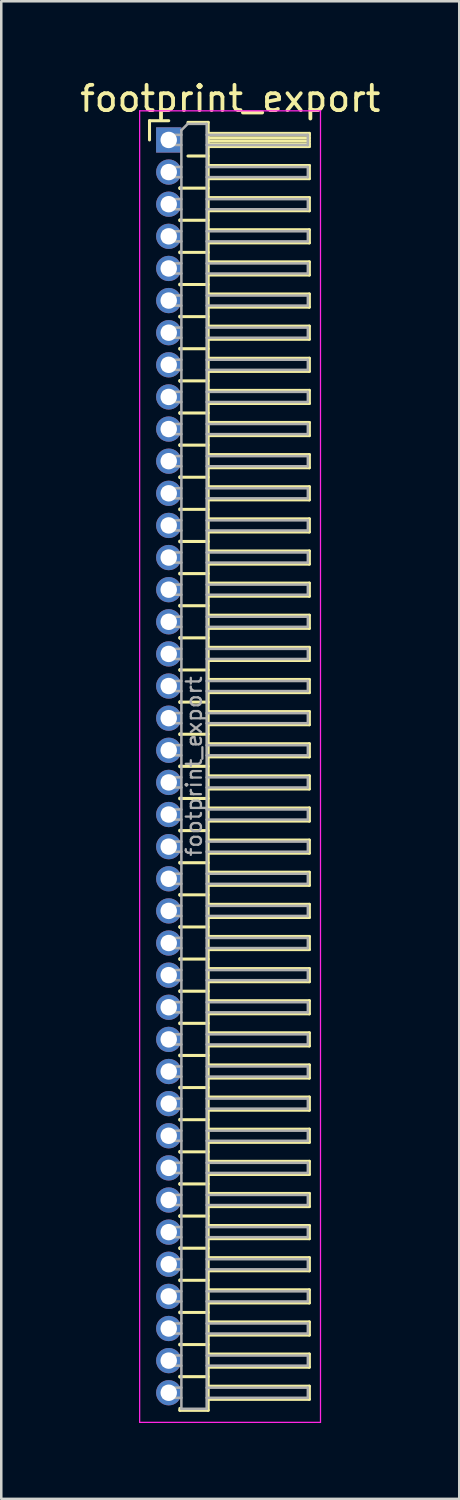
<source format=kicad_pcb>
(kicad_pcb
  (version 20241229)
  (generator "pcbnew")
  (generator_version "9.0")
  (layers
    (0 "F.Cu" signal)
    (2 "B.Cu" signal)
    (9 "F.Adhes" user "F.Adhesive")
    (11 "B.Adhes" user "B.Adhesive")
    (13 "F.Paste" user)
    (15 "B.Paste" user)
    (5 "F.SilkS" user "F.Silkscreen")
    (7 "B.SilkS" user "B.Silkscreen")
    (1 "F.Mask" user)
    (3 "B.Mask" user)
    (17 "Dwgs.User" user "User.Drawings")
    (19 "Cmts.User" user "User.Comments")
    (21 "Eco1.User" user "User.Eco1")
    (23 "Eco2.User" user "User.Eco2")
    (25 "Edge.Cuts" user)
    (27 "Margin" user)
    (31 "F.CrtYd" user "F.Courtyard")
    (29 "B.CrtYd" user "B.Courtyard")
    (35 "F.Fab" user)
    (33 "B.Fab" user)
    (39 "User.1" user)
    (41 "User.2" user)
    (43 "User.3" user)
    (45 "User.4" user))
  (footprint "footprint_export"
    (layer "F.Cu")
    (at 3.621 2.483)
    (property "Reference" "footprint_export" (at 2.433 -1.635 0) (layer "F.SilkS") (effects (font (size 1 1) (thickness 0.15))))
    (attr through_hole)
    (fp_line (start -0.76 -0.76) (end 0 -0.76) (stroke (width 0.12) (type solid)) (layer "F.SilkS"))
    (fp_line (start -0.76 0) (end -0.76 -0.76) (stroke (width 0.12) (type solid)) (layer "F.SilkS"))
    (fp_line (start 0.44 1.89) (end 0.44 1.92) (stroke (width 0.12) (type solid)) (layer "F.SilkS"))
    (fp_line (start 0.44 1.905) (end 1.56 1.905) (stroke (width 0.12) (type solid)) (layer "F.SilkS"))
    (fp_line (start 0.44 3.16) (end 0.44 3.19) (stroke (width 0.12) (type solid)) (layer "F.SilkS"))
    (fp_line (start 0.44 3.175) (end 1.56 3.175) (stroke (width 0.12) (type solid)) (layer "F.SilkS"))
    (fp_line (start 0.44 4.43) (end 0.44 4.46) (stroke (width 0.12) (type solid)) (layer "F.SilkS"))
    (fp_line (start 0.44 4.445) (end 1.56 4.445) (stroke (width 0.12) (type solid)) (layer "F.SilkS"))
    (fp_line (start 0.44 5.7) (end 0.44 5.73) (stroke (width 0.12) (type solid)) (layer "F.SilkS"))
    (fp_line (start 0.44 5.715) (end 1.56 5.715) (stroke (width 0.12) (type solid)) (layer "F.SilkS"))
    (fp_line (start 0.44 6.97) (end 0.44 7) (stroke (width 0.12) (type solid)) (layer "F.SilkS"))
    (fp_line (start 0.44 6.985) (end 1.56 6.985) (stroke (width 0.12) (type solid)) (layer "F.SilkS"))
    (fp_line (start 0.44 8.24) (end 0.44 8.27) (stroke (width 0.12) (type solid)) (layer "F.SilkS"))
    (fp_line (start 0.44 8.255) (end 1.56 8.255) (stroke (width 0.12) (type solid)) (layer "F.SilkS"))
    (fp_line (start 0.44 9.51) (end 0.44 9.54) (stroke (width 0.12) (type solid)) (layer "F.SilkS"))
    (fp_line (start 0.44 9.525) (end 1.56 9.525) (stroke (width 0.12) (type solid)) (layer "F.SilkS"))
    (fp_line (start 0.44 10.78) (end 0.44 10.81) (stroke (width 0.12) (type solid)) (layer "F.SilkS"))
    (fp_line (start 0.44 10.795) (end 1.56 10.795) (stroke (width 0.12) (type solid)) (layer "F.SilkS"))
    (fp_line (start 0.44 12.05) (end 0.44 12.08) (stroke (width 0.12) (type solid)) (layer "F.SilkS"))
    (fp_line (start 0.44 12.065) (end 1.56 12.065) (stroke (width 0.12) (type solid)) (layer "F.SilkS"))
    (fp_line (start 0.44 13.32) (end 0.44 13.35) (stroke (width 0.12) (type solid)) (layer "F.SilkS"))
    (fp_line (start 0.44 13.335) (end 1.56 13.335) (stroke (width 0.12) (type solid)) (layer "F.SilkS"))
    (fp_line (start 0.44 14.59) (end 0.44 14.62) (stroke (width 0.12) (type solid)) (layer "F.SilkS"))
    (fp_line (start 0.44 14.605) (end 1.56 14.605) (stroke (width 0.12) (type solid)) (layer "F.SilkS"))
    (fp_line (start 0.44 15.86) (end 0.44 15.89) (stroke (width 0.12) (type solid)) (layer "F.SilkS"))
    (fp_line (start 0.44 15.875) (end 1.56 15.875) (stroke (width 0.12) (type solid)) (layer "F.SilkS"))
    (fp_line (start 0.44 17.13) (end 0.44 17.16) (stroke (width 0.12) (type solid)) (layer "F.SilkS"))
    (fp_line (start 0.44 17.145) (end 1.56 17.145) (stroke (width 0.12) (type solid)) (layer "F.SilkS"))
    (fp_line (start 0.44 18.4) (end 0.44 18.43) (stroke (width 0.12) (type solid)) (layer "F.SilkS"))
    (fp_line (start 0.44 18.415) (end 1.56 18.415) (stroke (width 0.12) (type solid)) (layer "F.SilkS"))
    (fp_line (start 0.44 19.67) (end 0.44 19.7) (stroke (width 0.12) (type solid)) (layer "F.SilkS"))
    (fp_line (start 0.44 19.685) (end 1.56 19.685) (stroke (width 0.12) (type solid)) (layer "F.SilkS"))
    (fp_line (start 0.44 20.94) (end 0.44 20.97) (stroke (width 0.12) (type solid)) (layer "F.SilkS"))
    (fp_line (start 0.44 20.955) (end 1.56 20.955) (stroke (width 0.12) (type solid)) (layer "F.SilkS"))
    (fp_line (start 0.44 22.21) (end 0.44 22.24) (stroke (width 0.12) (type solid)) (layer "F.SilkS"))
    (fp_line (start 0.44 22.225) (end 1.56 22.225) (stroke (width 0.12) (type solid)) (layer "F.SilkS"))
    (fp_line (start 0.44 23.48) (end 0.44 23.51) (stroke (width 0.12) (type solid)) (layer "F.SilkS"))
    (fp_line (start 0.44 23.495) (end 1.56 23.495) (stroke (width 0.12) (type solid)) (layer "F.SilkS"))
    (fp_line (start 0.44 24.75) (end 0.44 24.78) (stroke (width 0.12) (type solid)) (layer "F.SilkS"))
    (fp_line (start 0.44 24.765) (end 1.56 24.765) (stroke (width 0.12) (type solid)) (layer "F.SilkS"))
    (fp_line (start 0.44 26.02) (end 0.44 26.05) (stroke (width 0.12) (type solid)) (layer "F.SilkS"))
    (fp_line (start 0.44 26.035) (end 1.56 26.035) (stroke (width 0.12) (type solid)) (layer "F.SilkS"))
    (fp_line (start 0.44 27.29) (end 0.44 27.32) (stroke (width 0.12) (type solid)) (layer "F.SilkS"))
    (fp_line (start 0.44 27.305) (end 1.56 27.305) (stroke (width 0.12) (type solid)) (layer "F.SilkS"))
    (fp_line (start 0.44 28.56) (end 0.44 28.59) (stroke (width 0.12) (type solid)) (layer "F.SilkS"))
    (fp_line (start 0.44 28.575) (end 1.56 28.575) (stroke (width 0.12) (type solid)) (layer "F.SilkS"))
    (fp_line (start 0.44 29.83) (end 0.44 29.86) (stroke (width 0.12) (type solid)) (layer "F.SilkS"))
    (fp_line (start 0.44 29.845) (end 1.56 29.845) (stroke (width 0.12) (type solid)) (layer "F.SilkS"))
    (fp_line (start 0.44 31.1) (end 0.44 31.13) (stroke (width 0.12) (type solid)) (layer "F.SilkS"))
    (fp_line (start 0.44 31.115) (end 1.56 31.115) (stroke (width 0.12) (type solid)) (layer "F.SilkS"))
    (fp_line (start 0.44 32.37) (end 0.44 32.4) (stroke (width 0.12) (type solid)) (layer "F.SilkS"))
    (fp_line (start 0.44 32.385) (end 1.56 32.385) (stroke (width 0.12) (type solid)) (layer "F.SilkS"))
    (fp_line (start 0.44 33.64) (end 0.44 33.67) (stroke (width 0.12) (type solid)) (layer "F.SilkS"))
    (fp_line (start 0.44 33.655) (end 1.56 33.655) (stroke (width 0.12) (type solid)) (layer "F.SilkS"))
    (fp_line (start 0.44 34.91) (end 0.44 34.94) (stroke (width 0.12) (type solid)) (layer "F.SilkS"))
    (fp_line (start 0.44 34.925) (end 1.56 34.925) (stroke (width 0.12) (type solid)) (layer "F.SilkS"))
    (fp_line (start 0.44 36.18) (end 0.44 36.21) (stroke (width 0.12) (type solid)) (layer "F.SilkS"))
    (fp_line (start 0.44 36.195) (end 1.56 36.195) (stroke (width 0.12) (type solid)) (layer "F.SilkS"))
    (fp_line (start 0.44 37.45) (end 0.44 37.48) (stroke (width 0.12) (type solid)) (layer "F.SilkS"))
    (fp_line (start 0.44 37.465) (end 1.56 37.465) (stroke (width 0.12) (type solid)) (layer "F.SilkS"))
    (fp_line (start 0.44 38.72) (end 0.44 38.75) (stroke (width 0.12) (type solid)) (layer "F.SilkS"))
    (fp_line (start 0.44 38.735) (end 1.56 38.735) (stroke (width 0.12) (type solid)) (layer "F.SilkS"))
    (fp_line (start 0.44 39.99) (end 0.44 40.02) (stroke (width 0.12) (type solid)) (layer "F.SilkS"))
    (fp_line (start 0.44 40.005) (end 1.56 40.005) (stroke (width 0.12) (type solid)) (layer "F.SilkS"))
    (fp_line (start 0.44 41.26) (end 0.44 41.29) (stroke (width 0.12) (type solid)) (layer "F.SilkS"))
    (fp_line (start 0.44 41.275) (end 1.56 41.275) (stroke (width 0.12) (type solid)) (layer "F.SilkS"))
    (fp_line (start 0.44 42.53) (end 0.44 42.56) (stroke (width 0.12) (type solid)) (layer "F.SilkS"))
    (fp_line (start 0.44 42.545) (end 1.56 42.545) (stroke (width 0.12) (type solid)) (layer "F.SilkS"))
    (fp_line (start 0.44 43.8) (end 0.44 43.83) (stroke (width 0.12) (type solid)) (layer "F.SilkS"))
    (fp_line (start 0.44 43.815) (end 1.56 43.815) (stroke (width 0.12) (type solid)) (layer "F.SilkS"))
    (fp_line (start 0.44 45.07) (end 0.44 45.1) (stroke (width 0.12) (type solid)) (layer "F.SilkS"))
    (fp_line (start 0.44 45.085) (end 1.56 45.085) (stroke (width 0.12) (type solid)) (layer "F.SilkS"))
    (fp_line (start 0.44 46.34) (end 0.44 46.37) (stroke (width 0.12) (type solid)) (layer "F.SilkS"))
    (fp_line (start 0.44 46.355) (end 1.56 46.355) (stroke (width 0.12) (type solid)) (layer "F.SilkS"))
    (fp_line (start 0.44 47.61) (end 0.44 47.64) (stroke (width 0.12) (type solid)) (layer "F.SilkS"))
    (fp_line (start 0.44 47.625) (end 1.56 47.625) (stroke (width 0.12) (type solid)) (layer "F.SilkS"))
    (fp_line (start 0.44 48.88) (end 0.44 48.91) (stroke (width 0.12) (type solid)) (layer "F.SilkS"))
    (fp_line (start 0.44 48.895) (end 1.56 48.895) (stroke (width 0.12) (type solid)) (layer "F.SilkS"))
    (fp_line (start 0.44 50.225) (end 0.44 50.15) (stroke (width 0.12) (type solid)) (layer "F.SilkS"))
    (fp_line (start 0.76 -0.695) (end 1.56 -0.695) (stroke (width 0.12) (type solid)) (layer "F.SilkS"))
    (fp_line (start 0.76 0.635) (end 1.56 0.635) (stroke (width 0.12) (type solid)) (layer "F.SilkS"))
    (fp_line (start 1.56 -0.695) (end 1.56 50.225) (stroke (width 0.12) (type solid)) (layer "F.SilkS"))
    (fp_line (start 1.56 -0.26) (end 5.56 -0.26) (stroke (width 0.12) (type solid)) (layer "F.SilkS"))
    (fp_line (start 1.56 -0.2) (end 5.56 -0.2) (stroke (width 0.12) (type solid)) (layer "F.SilkS"))
    (fp_line (start 1.56 -0.08) (end 5.56 -0.08) (stroke (width 0.12) (type solid)) (layer "F.SilkS"))
    (fp_line (start 1.56 0.04) (end 5.56 0.04) (stroke (width 0.12) (type solid)) (layer "F.SilkS"))
    (fp_line (start 1.56 0.16) (end 5.56 0.16) (stroke (width 0.12) (type solid)) (layer "F.SilkS"))
    (fp_line (start 1.56 1.01) (end 5.56 1.01) (stroke (width 0.12) (type solid)) (layer "F.SilkS"))
    (fp_line (start 1.56 2.28) (end 5.56 2.28) (stroke (width 0.12) (type solid)) (layer "F.SilkS"))
    (fp_line (start 1.56 3.55) (end 5.56 3.55) (stroke (width 0.12) (type solid)) (layer "F.SilkS"))
    (fp_line (start 1.56 4.82) (end 5.56 4.82) (stroke (width 0.12) (type solid)) (layer "F.SilkS"))
    (fp_line (start 1.56 6.09) (end 5.56 6.09) (stroke (width 0.12) (type solid)) (layer "F.SilkS"))
    (fp_line (start 1.56 7.36) (end 5.56 7.36) (stroke (width 0.12) (type solid)) (layer "F.SilkS"))
    (fp_line (start 1.56 8.63) (end 5.56 8.63) (stroke (width 0.12) (type solid)) (layer "F.SilkS"))
    (fp_line (start 1.56 9.9) (end 5.56 9.9) (stroke (width 0.12) (type solid)) (layer "F.SilkS"))
    (fp_line (start 1.56 11.17) (end 5.56 11.17) (stroke (width 0.12) (type solid)) (layer "F.SilkS"))
    (fp_line (start 1.56 12.44) (end 5.56 12.44) (stroke (width 0.12) (type solid)) (layer "F.SilkS"))
    (fp_line (start 1.56 13.71) (end 5.56 13.71) (stroke (width 0.12) (type solid)) (layer "F.SilkS"))
    (fp_line (start 1.56 14.98) (end 5.56 14.98) (stroke (width 0.12) (type solid)) (layer "F.SilkS"))
    (fp_line (start 1.56 16.25) (end 5.56 16.25) (stroke (width 0.12) (type solid)) (layer "F.SilkS"))
    (fp_line (start 1.56 17.52) (end 5.56 17.52) (stroke (width 0.12) (type solid)) (layer "F.SilkS"))
    (fp_line (start 1.56 18.79) (end 5.56 18.79) (stroke (width 0.12) (type solid)) (layer "F.SilkS"))
    (fp_line (start 1.56 20.06) (end 5.56 20.06) (stroke (width 0.12) (type solid)) (layer "F.SilkS"))
    (fp_line (start 1.56 21.33) (end 5.56 21.33) (stroke (width 0.12) (type solid)) (layer "F.SilkS"))
    (fp_line (start 1.56 22.6) (end 5.56 22.6) (stroke (width 0.12) (type solid)) (layer "F.SilkS"))
    (fp_line (start 1.56 23.87) (end 5.56 23.87) (stroke (width 0.12) (type solid)) (layer "F.SilkS"))
    (fp_line (start 1.56 25.14) (end 5.56 25.14) (stroke (width 0.12) (type solid)) (layer "F.SilkS"))
    (fp_line (start 1.56 26.41) (end 5.56 26.41) (stroke (width 0.12) (type solid)) (layer "F.SilkS"))
    (fp_line (start 1.56 27.68) (end 5.56 27.68) (stroke (width 0.12) (type solid)) (layer "F.SilkS"))
    (fp_line (start 1.56 28.95) (end 5.56 28.95) (stroke (width 0.12) (type solid)) (layer "F.SilkS"))
    (fp_line (start 1.56 30.22) (end 5.56 30.22) (stroke (width 0.12) (type solid)) (layer "F.SilkS"))
    (fp_line (start 1.56 31.49) (end 5.56 31.49) (stroke (width 0.12) (type solid)) (layer "F.SilkS"))
    (fp_line (start 1.56 32.76) (end 5.56 32.76) (stroke (width 0.12) (type solid)) (layer "F.SilkS"))
    (fp_line (start 1.56 34.03) (end 5.56 34.03) (stroke (width 0.12) (type solid)) (layer "F.SilkS"))
    (fp_line (start 1.56 35.3) (end 5.56 35.3) (stroke (width 0.12) (type solid)) (layer "F.SilkS"))
    (fp_line (start 1.56 36.57) (end 5.56 36.57) (stroke (width 0.12) (type solid)) (layer "F.SilkS"))
    (fp_line (start 1.56 37.84) (end 5.56 37.84) (stroke (width 0.12) (type solid)) (layer "F.SilkS"))
    (fp_line (start 1.56 39.11) (end 5.56 39.11) (stroke (width 0.12) (type solid)) (layer "F.SilkS"))
    (fp_line (start 1.56 40.38) (end 5.56 40.38) (stroke (width 0.12) (type solid)) (layer "F.SilkS"))
    (fp_line (start 1.56 41.65) (end 5.56 41.65) (stroke (width 0.12) (type solid)) (layer "F.SilkS"))
    (fp_line (start 1.56 42.92) (end 5.56 42.92) (stroke (width 0.12) (type solid)) (layer "F.SilkS"))
    (fp_line (start 1.56 44.19) (end 5.56 44.19) (stroke (width 0.12) (type solid)) (layer "F.SilkS"))
    (fp_line (start 1.56 45.46) (end 5.56 45.46) (stroke (width 0.12) (type solid)) (layer "F.SilkS"))
    (fp_line (start 1.56 46.73) (end 5.56 46.73) (stroke (width 0.12) (type solid)) (layer "F.SilkS"))
    (fp_line (start 1.56 48) (end 5.56 48) (stroke (width 0.12) (type solid)) (layer "F.SilkS"))
    (fp_line (start 1.56 49.27) (end 5.56 49.27) (stroke (width 0.12) (type solid)) (layer "F.SilkS"))
    (fp_line (start 1.56 50.225) (end 0.44 50.225) (stroke (width 0.12) (type solid)) (layer "F.SilkS"))
    (fp_line (start 5.56 -0.26) (end 5.56 0.26) (stroke (width 0.12) (type solid)) (layer "F.SilkS"))
    (fp_line (start 5.56 0.26) (end 1.56 0.26) (stroke (width 0.12) (type solid)) (layer "F.SilkS"))
    (fp_line (start 5.56 1.01) (end 5.56 1.53) (stroke (width 0.12) (type solid)) (layer "F.SilkS"))
    (fp_line (start 5.56 1.53) (end 1.56 1.53) (stroke (width 0.12) (type solid)) (layer "F.SilkS"))
    (fp_line (start 5.56 2.28) (end 5.56 2.8) (stroke (width 0.12) (type solid)) (layer "F.SilkS"))
    (fp_line (start 5.56 2.8) (end 1.56 2.8) (stroke (width 0.12) (type solid)) (layer "F.SilkS"))
    (fp_line (start 5.56 3.55) (end 5.56 4.07) (stroke (width 0.12) (type solid)) (layer "F.SilkS"))
    (fp_line (start 5.56 4.07) (end 1.56 4.07) (stroke (width 0.12) (type solid)) (layer "F.SilkS"))
    (fp_line (start 5.56 4.82) (end 5.56 5.34) (stroke (width 0.12) (type solid)) (layer "F.SilkS"))
    (fp_line (start 5.56 5.34) (end 1.56 5.34) (stroke (width 0.12) (type solid)) (layer "F.SilkS"))
    (fp_line (start 5.56 6.09) (end 5.56 6.61) (stroke (width 0.12) (type solid)) (layer "F.SilkS"))
    (fp_line (start 5.56 6.61) (end 1.56 6.61) (stroke (width 0.12) (type solid)) (layer "F.SilkS"))
    (fp_line (start 5.56 7.36) (end 5.56 7.88) (stroke (width 0.12) (type solid)) (layer "F.SilkS"))
    (fp_line (start 5.56 7.88) (end 1.56 7.88) (stroke (width 0.12) (type solid)) (layer "F.SilkS"))
    (fp_line (start 5.56 8.63) (end 5.56 9.15) (stroke (width 0.12) (type solid)) (layer "F.SilkS"))
    (fp_line (start 5.56 9.15) (end 1.56 9.15) (stroke (width 0.12) (type solid)) (layer "F.SilkS"))
    (fp_line (start 5.56 9.9) (end 5.56 10.42) (stroke (width 0.12) (type solid)) (layer "F.SilkS"))
    (fp_line (start 5.56 10.42) (end 1.56 10.42) (stroke (width 0.12) (type solid)) (layer "F.SilkS"))
    (fp_line (start 5.56 11.17) (end 5.56 11.69) (stroke (width 0.12) (type solid)) (layer "F.SilkS"))
    (fp_line (start 5.56 11.69) (end 1.56 11.69) (stroke (width 0.12) (type solid)) (layer "F.SilkS"))
    (fp_line (start 5.56 12.44) (end 5.56 12.96) (stroke (width 0.12) (type solid)) (layer "F.SilkS"))
    (fp_line (start 5.56 12.96) (end 1.56 12.96) (stroke (width 0.12) (type solid)) (layer "F.SilkS"))
    (fp_line (start 5.56 13.71) (end 5.56 14.23) (stroke (width 0.12) (type solid)) (layer "F.SilkS"))
    (fp_line (start 5.56 14.23) (end 1.56 14.23) (stroke (width 0.12) (type solid)) (layer "F.SilkS"))
    (fp_line (start 5.56 14.98) (end 5.56 15.5) (stroke (width 0.12) (type solid)) (layer "F.SilkS"))
    (fp_line (start 5.56 15.5) (end 1.56 15.5) (stroke (width 0.12) (type solid)) (layer "F.SilkS"))
    (fp_line (start 5.56 16.25) (end 5.56 16.77) (stroke (width 0.12) (type solid)) (layer "F.SilkS"))
    (fp_line (start 5.56 16.77) (end 1.56 16.77) (stroke (width 0.12) (type solid)) (layer "F.SilkS"))
    (fp_line (start 5.56 17.52) (end 5.56 18.04) (stroke (width 0.12) (type solid)) (layer "F.SilkS"))
    (fp_line (start 5.56 18.04) (end 1.56 18.04) (stroke (width 0.12) (type solid)) (layer "F.SilkS"))
    (fp_line (start 5.56 18.79) (end 5.56 19.31) (stroke (width 0.12) (type solid)) (layer "F.SilkS"))
    (fp_line (start 5.56 19.31) (end 1.56 19.31) (stroke (width 0.12) (type solid)) (layer "F.SilkS"))
    (fp_line (start 5.56 20.06) (end 5.56 20.58) (stroke (width 0.12) (type solid)) (layer "F.SilkS"))
    (fp_line (start 5.56 20.58) (end 1.56 20.58) (stroke (width 0.12) (type solid)) (layer "F.SilkS"))
    (fp_line (start 5.56 21.33) (end 5.56 21.85) (stroke (width 0.12) (type solid)) (layer "F.SilkS"))
    (fp_line (start 5.56 21.85) (end 1.56 21.85) (stroke (width 0.12) (type solid)) (layer "F.SilkS"))
    (fp_line (start 5.56 22.6) (end 5.56 23.12) (stroke (width 0.12) (type solid)) (layer "F.SilkS"))
    (fp_line (start 5.56 23.12) (end 1.56 23.12) (stroke (width 0.12) (type solid)) (layer "F.SilkS"))
    (fp_line (start 5.56 23.87) (end 5.56 24.39) (stroke (width 0.12) (type solid)) (layer "F.SilkS"))
    (fp_line (start 5.56 24.39) (end 1.56 24.39) (stroke (width 0.12) (type solid)) (layer "F.SilkS"))
    (fp_line (start 5.56 25.14) (end 5.56 25.66) (stroke (width 0.12) (type solid)) (layer "F.SilkS"))
    (fp_line (start 5.56 25.66) (end 1.56 25.66) (stroke (width 0.12) (type solid)) (layer "F.SilkS"))
    (fp_line (start 5.56 26.41) (end 5.56 26.93) (stroke (width 0.12) (type solid)) (layer "F.SilkS"))
    (fp_line (start 5.56 26.93) (end 1.56 26.93) (stroke (width 0.12) (type solid)) (layer "F.SilkS"))
    (fp_line (start 5.56 27.68) (end 5.56 28.2) (stroke (width 0.12) (type solid)) (layer "F.SilkS"))
    (fp_line (start 5.56 28.2) (end 1.56 28.2) (stroke (width 0.12) (type solid)) (layer "F.SilkS"))
    (fp_line (start 5.56 28.95) (end 5.56 29.47) (stroke (width 0.12) (type solid)) (layer "F.SilkS"))
    (fp_line (start 5.56 29.47) (end 1.56 29.47) (stroke (width 0.12) (type solid)) (layer "F.SilkS"))
    (fp_line (start 5.56 30.22) (end 5.56 30.74) (stroke (width 0.12) (type solid)) (layer "F.SilkS"))
    (fp_line (start 5.56 30.74) (end 1.56 30.74) (stroke (width 0.12) (type solid)) (layer "F.SilkS"))
    (fp_line (start 5.56 31.49) (end 5.56 32.01) (stroke (width 0.12) (type solid)) (layer "F.SilkS"))
    (fp_line (start 5.56 32.01) (end 1.56 32.01) (stroke (width 0.12) (type solid)) (layer "F.SilkS"))
    (fp_line (start 5.56 32.76) (end 5.56 33.28) (stroke (width 0.12) (type solid)) (layer "F.SilkS"))
    (fp_line (start 5.56 33.28) (end 1.56 33.28) (stroke (width 0.12) (type solid)) (layer "F.SilkS"))
    (fp_line (start 5.56 34.03) (end 5.56 34.55) (stroke (width 0.12) (type solid)) (layer "F.SilkS"))
    (fp_line (start 5.56 34.55) (end 1.56 34.55) (stroke (width 0.12) (type solid)) (layer "F.SilkS"))
    (fp_line (start 5.56 35.3) (end 5.56 35.82) (stroke (width 0.12) (type solid)) (layer "F.SilkS"))
    (fp_line (start 5.56 35.82) (end 1.56 35.82) (stroke (width 0.12) (type solid)) (layer "F.SilkS"))
    (fp_line (start 5.56 36.57) (end 5.56 37.09) (stroke (width 0.12) (type solid)) (layer "F.SilkS"))
    (fp_line (start 5.56 37.09) (end 1.56 37.09) (stroke (width 0.12) (type solid)) (layer "F.SilkS"))
    (fp_line (start 5.56 37.84) (end 5.56 38.36) (stroke (width 0.12) (type solid)) (layer "F.SilkS"))
    (fp_line (start 5.56 38.36) (end 1.56 38.36) (stroke (width 0.12) (type solid)) (layer "F.SilkS"))
    (fp_line (start 5.56 39.11) (end 5.56 39.63) (stroke (width 0.12) (type solid)) (layer "F.SilkS"))
    (fp_line (start 5.56 39.63) (end 1.56 39.63) (stroke (width 0.12) (type solid)) (layer "F.SilkS"))
    (fp_line (start 5.56 40.38) (end 5.56 40.9) (stroke (width 0.12) (type solid)) (layer "F.SilkS"))
    (fp_line (start 5.56 40.9) (end 1.56 40.9) (stroke (width 0.12) (type solid)) (layer "F.SilkS"))
    (fp_line (start 5.56 41.65) (end 5.56 42.17) (stroke (width 0.12) (type solid)) (layer "F.SilkS"))
    (fp_line (start 5.56 42.17) (end 1.56 42.17) (stroke (width 0.12) (type solid)) (layer "F.SilkS"))
    (fp_line (start 5.56 42.92) (end 5.56 43.44) (stroke (width 0.12) (type solid)) (layer "F.SilkS"))
    (fp_line (start 5.56 43.44) (end 1.56 43.44) (stroke (width 0.12) (type solid)) (layer "F.SilkS"))
    (fp_line (start 5.56 44.19) (end 5.56 44.71) (stroke (width 0.12) (type solid)) (layer "F.SilkS"))
    (fp_line (start 5.56 44.71) (end 1.56 44.71) (stroke (width 0.12) (type solid)) (layer "F.SilkS"))
    (fp_line (start 5.56 45.46) (end 5.56 45.98) (stroke (width 0.12) (type solid)) (layer "F.SilkS"))
    (fp_line (start 5.56 45.98) (end 1.56 45.98) (stroke (width 0.12) (type solid)) (layer "F.SilkS"))
    (fp_line (start 5.56 46.73) (end 5.56 47.25) (stroke (width 0.12) (type solid)) (layer "F.SilkS"))
    (fp_line (start 5.56 47.25) (end 1.56 47.25) (stroke (width 0.12) (type solid)) (layer "F.SilkS"))
    (fp_line (start 5.56 48) (end 5.56 48.52) (stroke (width 0.12) (type solid)) (layer "F.SilkS"))
    (fp_line (start 5.56 48.52) (end 1.56 48.52) (stroke (width 0.12) (type solid)) (layer "F.SilkS"))
    (fp_line (start 5.56 49.27) (end 5.56 49.79) (stroke (width 0.12) (type solid)) (layer "F.SilkS"))
    (fp_line (start 5.56 49.79) (end 1.56 49.79) (stroke (width 0.12) (type solid)) (layer "F.SilkS"))
    (fp_line (start -1.15 -1.15) (end -1.15 50.7) (stroke (width 0.05) (type solid)) (layer "F.CrtYd"))
    (fp_line (start -1.15 50.7) (end 6 50.7) (stroke (width 0.05) (type solid)) (layer "F.CrtYd"))
    (fp_line (start 6 -1.15) (end -1.15 -1.15) (stroke (width 0.05) (type solid)) (layer "F.CrtYd"))
    (fp_line (start 6 50.7) (end 6 -1.15) (stroke (width 0.05) (type solid)) (layer "F.CrtYd"))
    (fp_line (start -0.2 -0.2) (end -0.2 0.2) (stroke (width 0.1) (type solid)) (layer "F.Fab"))
    (fp_line (start -0.2 -0.2) (end 0.5 -0.2) (stroke (width 0.1) (type solid)) (layer "F.Fab"))
    (fp_line (start -0.2 0.2) (end 0.5 0.2) (stroke (width 0.1) (type solid)) (layer "F.Fab"))
    (fp_line (start -0.2 1.07) (end -0.2 1.47) (stroke (width 0.1) (type solid)) (layer "F.Fab"))
    (fp_line (start -0.2 1.07) (end 0.5 1.07) (stroke (width 0.1) (type solid)) (layer "F.Fab"))
    (fp_line (start -0.2 1.47) (end 0.5 1.47) (stroke (width 0.1) (type solid)) (layer "F.Fab"))
    (fp_line (start -0.2 2.34) (end -0.2 2.74) (stroke (width 0.1) (type solid)) (layer "F.Fab"))
    (fp_line (start -0.2 2.34) (end 0.5 2.34) (stroke (width 0.1) (type solid)) (layer "F.Fab"))
    (fp_line (start -0.2 2.74) (end 0.5 2.74) (stroke (width 0.1) (type solid)) (layer "F.Fab"))
    (fp_line (start -0.2 3.61) (end -0.2 4.01) (stroke (width 0.1) (type solid)) (layer "F.Fab"))
    (fp_line (start -0.2 3.61) (end 0.5 3.61) (stroke (width 0.1) (type solid)) (layer "F.Fab"))
    (fp_line (start -0.2 4.01) (end 0.5 4.01) (stroke (width 0.1) (type solid)) (layer "F.Fab"))
    (fp_line (start -0.2 4.88) (end -0.2 5.28) (stroke (width 0.1) (type solid)) (layer "F.Fab"))
    (fp_line (start -0.2 4.88) (end 0.5 4.88) (stroke (width 0.1) (type solid)) (layer "F.Fab"))
    (fp_line (start -0.2 5.28) (end 0.5 5.28) (stroke (width 0.1) (type solid)) (layer "F.Fab"))
    (fp_line (start -0.2 6.15) (end -0.2 6.55) (stroke (width 0.1) (type solid)) (layer "F.Fab"))
    (fp_line (start -0.2 6.15) (end 0.5 6.15) (stroke (width 0.1) (type solid)) (layer "F.Fab"))
    (fp_line (start -0.2 6.55) (end 0.5 6.55) (stroke (width 0.1) (type solid)) (layer "F.Fab"))
    (fp_line (start -0.2 7.42) (end -0.2 7.82) (stroke (width 0.1) (type solid)) (layer "F.Fab"))
    (fp_line (start -0.2 7.42) (end 0.5 7.42) (stroke (width 0.1) (type solid)) (layer "F.Fab"))
    (fp_line (start -0.2 7.82) (end 0.5 7.82) (stroke (width 0.1) (type solid)) (layer "F.Fab"))
    (fp_line (start -0.2 8.69) (end -0.2 9.09) (stroke (width 0.1) (type solid)) (layer "F.Fab"))
    (fp_line (start -0.2 8.69) (end 0.5 8.69) (stroke (width 0.1) (type solid)) (layer "F.Fab"))
    (fp_line (start -0.2 9.09) (end 0.5 9.09) (stroke (width 0.1) (type solid)) (layer "F.Fab"))
    (fp_line (start -0.2 9.96) (end -0.2 10.36) (stroke (width 0.1) (type solid)) (layer "F.Fab"))
    (fp_line (start -0.2 9.96) (end 0.5 9.96) (stroke (width 0.1) (type solid)) (layer "F.Fab"))
    (fp_line (start -0.2 10.36) (end 0.5 10.36) (stroke (width 0.1) (type solid)) (layer "F.Fab"))
    (fp_line (start -0.2 11.23) (end -0.2 11.63) (stroke (width 0.1) (type solid)) (layer "F.Fab"))
    (fp_line (start -0.2 11.23) (end 0.5 11.23) (stroke (width 0.1) (type solid)) (layer "F.Fab"))
    (fp_line (start -0.2 11.63) (end 0.5 11.63) (stroke (width 0.1) (type solid)) (layer "F.Fab"))
    (fp_line (start -0.2 12.5) (end -0.2 12.9) (stroke (width 0.1) (type solid)) (layer "F.Fab"))
    (fp_line (start -0.2 12.5) (end 0.5 12.5) (stroke (width 0.1) (type solid)) (layer "F.Fab"))
    (fp_line (start -0.2 12.9) (end 0.5 12.9) (stroke (width 0.1) (type solid)) (layer "F.Fab"))
    (fp_line (start -0.2 13.77) (end -0.2 14.17) (stroke (width 0.1) (type solid)) (layer "F.Fab"))
    (fp_line (start -0.2 13.77) (end 0.5 13.77) (stroke (width 0.1) (type solid)) (layer "F.Fab"))
    (fp_line (start -0.2 14.17) (end 0.5 14.17) (stroke (width 0.1) (type solid)) (layer "F.Fab"))
    (fp_line (start -0.2 15.04) (end -0.2 15.44) (stroke (width 0.1) (type solid)) (layer "F.Fab"))
    (fp_line (start -0.2 15.04) (end 0.5 15.04) (stroke (width 0.1) (type solid)) (layer "F.Fab"))
    (fp_line (start -0.2 15.44) (end 0.5 15.44) (stroke (width 0.1) (type solid)) (layer "F.Fab"))
    (fp_line (start -0.2 16.31) (end -0.2 16.71) (stroke (width 0.1) (type solid)) (layer "F.Fab"))
    (fp_line (start -0.2 16.31) (end 0.5 16.31) (stroke (width 0.1) (type solid)) (layer "F.Fab"))
    (fp_line (start -0.2 16.71) (end 0.5 16.71) (stroke (width 0.1) (type solid)) (layer "F.Fab"))
    (fp_line (start -0.2 17.58) (end -0.2 17.98) (stroke (width 0.1) (type solid)) (layer "F.Fab"))
    (fp_line (start -0.2 17.58) (end 0.5 17.58) (stroke (width 0.1) (type solid)) (layer "F.Fab"))
    (fp_line (start -0.2 17.98) (end 0.5 17.98) (stroke (width 0.1) (type solid)) (layer "F.Fab"))
    (fp_line (start -0.2 18.85) (end -0.2 19.25) (stroke (width 0.1) (type solid)) (layer "F.Fab"))
    (fp_line (start -0.2 18.85) (end 0.5 18.85) (stroke (width 0.1) (type solid)) (layer "F.Fab"))
    (fp_line (start -0.2 19.25) (end 0.5 19.25) (stroke (width 0.1) (type solid)) (layer "F.Fab"))
    (fp_line (start -0.2 20.12) (end -0.2 20.52) (stroke (width 0.1) (type solid)) (layer "F.Fab"))
    (fp_line (start -0.2 20.12) (end 0.5 20.12) (stroke (width 0.1) (type solid)) (layer "F.Fab"))
    (fp_line (start -0.2 20.52) (end 0.5 20.52) (stroke (width 0.1) (type solid)) (layer "F.Fab"))
    (fp_line (start -0.2 21.39) (end -0.2 21.79) (stroke (width 0.1) (type solid)) (layer "F.Fab"))
    (fp_line (start -0.2 21.39) (end 0.5 21.39) (stroke (width 0.1) (type solid)) (layer "F.Fab"))
    (fp_line (start -0.2 21.79) (end 0.5 21.79) (stroke (width 0.1) (type solid)) (layer "F.Fab"))
    (fp_line (start -0.2 22.66) (end -0.2 23.06) (stroke (width 0.1) (type solid)) (layer "F.Fab"))
    (fp_line (start -0.2 22.66) (end 0.5 22.66) (stroke (width 0.1) (type solid)) (layer "F.Fab"))
    (fp_line (start -0.2 23.06) (end 0.5 23.06) (stroke (width 0.1) (type solid)) (layer "F.Fab"))
    (fp_line (start -0.2 23.93) (end -0.2 24.33) (stroke (width 0.1) (type solid)) (layer "F.Fab"))
    (fp_line (start -0.2 23.93) (end 0.5 23.93) (stroke (width 0.1) (type solid)) (layer "F.Fab"))
    (fp_line (start -0.2 24.33) (end 0.5 24.33) (stroke (width 0.1) (type solid)) (layer "F.Fab"))
    (fp_line (start -0.2 25.2) (end -0.2 25.6) (stroke (width 0.1) (type solid)) (layer "F.Fab"))
    (fp_line (start -0.2 25.2) (end 0.5 25.2) (stroke (width 0.1) (type solid)) (layer "F.Fab"))
    (fp_line (start -0.2 25.6) (end 0.5 25.6) (stroke (width 0.1) (type solid)) (layer "F.Fab"))
    (fp_line (start -0.2 26.47) (end -0.2 26.87) (stroke (width 0.1) (type solid)) (layer "F.Fab"))
    (fp_line (start -0.2 26.47) (end 0.5 26.47) (stroke (width 0.1) (type solid)) (layer "F.Fab"))
    (fp_line (start -0.2 26.87) (end 0.5 26.87) (stroke (width 0.1) (type solid)) (layer "F.Fab"))
    (fp_line (start -0.2 27.74) (end -0.2 28.14) (stroke (width 0.1) (type solid)) (layer "F.Fab"))
    (fp_line (start -0.2 27.74) (end 0.5 27.74) (stroke (width 0.1) (type solid)) (layer "F.Fab"))
    (fp_line (start -0.2 28.14) (end 0.5 28.14) (stroke (width 0.1) (type solid)) (layer "F.Fab"))
    (fp_line (start -0.2 29.01) (end -0.2 29.41) (stroke (width 0.1) (type solid)) (layer "F.Fab"))
    (fp_line (start -0.2 29.01) (end 0.5 29.01) (stroke (width 0.1) (type solid)) (layer "F.Fab"))
    (fp_line (start -0.2 29.41) (end 0.5 29.41) (stroke (width 0.1) (type solid)) (layer "F.Fab"))
    (fp_line (start -0.2 30.28) (end -0.2 30.68) (stroke (width 0.1) (type solid)) (layer "F.Fab"))
    (fp_line (start -0.2 30.28) (end 0.5 30.28) (stroke (width 0.1) (type solid)) (layer "F.Fab"))
    (fp_line (start -0.2 30.68) (end 0.5 30.68) (stroke (width 0.1) (type solid)) (layer "F.Fab"))
    (fp_line (start -0.2 31.55) (end -0.2 31.95) (stroke (width 0.1) (type solid)) (layer "F.Fab"))
    (fp_line (start -0.2 31.55) (end 0.5 31.55) (stroke (width 0.1) (type solid)) (layer "F.Fab"))
    (fp_line (start -0.2 31.95) (end 0.5 31.95) (stroke (width 0.1) (type solid)) (layer "F.Fab"))
    (fp_line (start -0.2 32.82) (end -0.2 33.22) (stroke (width 0.1) (type solid)) (layer "F.Fab"))
    (fp_line (start -0.2 32.82) (end 0.5 32.82) (stroke (width 0.1) (type solid)) (layer "F.Fab"))
    (fp_line (start -0.2 33.22) (end 0.5 33.22) (stroke (width 0.1) (type solid)) (layer "F.Fab"))
    (fp_line (start -0.2 34.09) (end -0.2 34.49) (stroke (width 0.1) (type solid)) (layer "F.Fab"))
    (fp_line (start -0.2 34.09) (end 0.5 34.09) (stroke (width 0.1) (type solid)) (layer "F.Fab"))
    (fp_line (start -0.2 34.49) (end 0.5 34.49) (stroke (width 0.1) (type solid)) (layer "F.Fab"))
    (fp_line (start -0.2 35.36) (end -0.2 35.76) (stroke (width 0.1) (type solid)) (layer "F.Fab"))
    (fp_line (start -0.2 35.36) (end 0.5 35.36) (stroke (width 0.1) (type solid)) (layer "F.Fab"))
    (fp_line (start -0.2 35.76) (end 0.5 35.76) (stroke (width 0.1) (type solid)) (layer "F.Fab"))
    (fp_line (start -0.2 36.63) (end -0.2 37.03) (stroke (width 0.1) (type solid)) (layer "F.Fab"))
    (fp_line (start -0.2 36.63) (end 0.5 36.63) (stroke (width 0.1) (type solid)) (layer "F.Fab"))
    (fp_line (start -0.2 37.03) (end 0.5 37.03) (stroke (width 0.1) (type solid)) (layer "F.Fab"))
    (fp_line (start -0.2 37.9) (end -0.2 38.3) (stroke (width 0.1) (type solid)) (layer "F.Fab"))
    (fp_line (start -0.2 37.9) (end 0.5 37.9) (stroke (width 0.1) (type solid)) (layer "F.Fab"))
    (fp_line (start -0.2 38.3) (end 0.5 38.3) (stroke (width 0.1) (type solid)) (layer "F.Fab"))
    (fp_line (start -0.2 39.17) (end -0.2 39.57) (stroke (width 0.1) (type solid)) (layer "F.Fab"))
    (fp_line (start -0.2 39.17) (end 0.5 39.17) (stroke (width 0.1) (type solid)) (layer "F.Fab"))
    (fp_line (start -0.2 39.57) (end 0.5 39.57) (stroke (width 0.1) (type solid)) (layer "F.Fab"))
    (fp_line (start -0.2 40.44) (end -0.2 40.84) (stroke (width 0.1) (type solid)) (layer "F.Fab"))
    (fp_line (start -0.2 40.44) (end 0.5 40.44) (stroke (width 0.1) (type solid)) (layer "F.Fab"))
    (fp_line (start -0.2 40.84) (end 0.5 40.84) (stroke (width 0.1) (type solid)) (layer "F.Fab"))
    (fp_line (start -0.2 41.71) (end -0.2 42.11) (stroke (width 0.1) (type solid)) (layer "F.Fab"))
    (fp_line (start -0.2 41.71) (end 0.5 41.71) (stroke (width 0.1) (type solid)) (layer "F.Fab"))
    (fp_line (start -0.2 42.11) (end 0.5 42.11) (stroke (width 0.1) (type solid)) (layer "F.Fab"))
    (fp_line (start -0.2 42.98) (end -0.2 43.38) (stroke (width 0.1) (type solid)) (layer "F.Fab"))
    (fp_line (start -0.2 42.98) (end 0.5 42.98) (stroke (width 0.1) (type solid)) (layer "F.Fab"))
    (fp_line (start -0.2 43.38) (end 0.5 43.38) (stroke (width 0.1) (type solid)) (layer "F.Fab"))
    (fp_line (start -0.2 44.25) (end -0.2 44.65) (stroke (width 0.1) (type solid)) (layer "F.Fab"))
    (fp_line (start -0.2 44.25) (end 0.5 44.25) (stroke (width 0.1) (type solid)) (layer "F.Fab"))
    (fp_line (start -0.2 44.65) (end 0.5 44.65) (stroke (width 0.1) (type solid)) (layer "F.Fab"))
    (fp_line (start -0.2 45.52) (end -0.2 45.92) (stroke (width 0.1) (type solid)) (layer "F.Fab"))
    (fp_line (start -0.2 45.52) (end 0.5 45.52) (stroke (width 0.1) (type solid)) (layer "F.Fab"))
    (fp_line (start -0.2 45.92) (end 0.5 45.92) (stroke (width 0.1) (type solid)) (layer "F.Fab"))
    (fp_line (start -0.2 46.79) (end -0.2 47.19) (stroke (width 0.1) (type solid)) (layer "F.Fab"))
    (fp_line (start -0.2 46.79) (end 0.5 46.79) (stroke (width 0.1) (type solid)) (layer "F.Fab"))
    (fp_line (start -0.2 47.19) (end 0.5 47.19) (stroke (width 0.1) (type solid)) (layer "F.Fab"))
    (fp_line (start -0.2 48.06) (end -0.2 48.46) (stroke (width 0.1) (type solid)) (layer "F.Fab"))
    (fp_line (start -0.2 48.06) (end 0.5 48.06) (stroke (width 0.1) (type solid)) (layer "F.Fab"))
    (fp_line (start -0.2 48.46) (end 0.5 48.46) (stroke (width 0.1) (type solid)) (layer "F.Fab"))
    (fp_line (start -0.2 49.33) (end -0.2 49.73) (stroke (width 0.1) (type solid)) (layer "F.Fab"))
    (fp_line (start -0.2 49.33) (end 0.5 49.33) (stroke (width 0.1) (type solid)) (layer "F.Fab"))
    (fp_line (start -0.2 49.73) (end 0.5 49.73) (stroke (width 0.1) (type solid)) (layer "F.Fab"))
    (fp_line (start 0.5 -0.385) (end 0.75 -0.635) (stroke (width 0.1) (type solid)) (layer "F.Fab"))
    (fp_line (start 0.5 50.165) (end 0.5 -0.385) (stroke (width 0.1) (type solid)) (layer "F.Fab"))
    (fp_line (start 0.75 -0.635) (end 1.5 -0.635) (stroke (width 0.1) (type solid)) (layer "F.Fab"))
    (fp_line (start 1.5 -0.635) (end 1.5 50.165) (stroke (width 0.1) (type solid)) (layer "F.Fab"))
    (fp_line (start 1.5 -0.2) (end 5.5 -0.2) (stroke (width 0.1) (type solid)) (layer "F.Fab"))
    (fp_line (start 1.5 0.2) (end 5.5 0.2) (stroke (width 0.1) (type solid)) (layer "F.Fab"))
    (fp_line (start 1.5 1.07) (end 5.5 1.07) (stroke (width 0.1) (type solid)) (layer "F.Fab"))
    (fp_line (start 1.5 1.47) (end 5.5 1.47) (stroke (width 0.1) (type solid)) (layer "F.Fab"))
    (fp_line (start 1.5 2.34) (end 5.5 2.34) (stroke (width 0.1) (type solid)) (layer "F.Fab"))
    (fp_line (start 1.5 2.74) (end 5.5 2.74) (stroke (width 0.1) (type solid)) (layer "F.Fab"))
    (fp_line (start 1.5 3.61) (end 5.5 3.61) (stroke (width 0.1) (type solid)) (layer "F.Fab"))
    (fp_line (start 1.5 4.01) (end 5.5 4.01) (stroke (width 0.1) (type solid)) (layer "F.Fab"))
    (fp_line (start 1.5 4.88) (end 5.5 4.88) (stroke (width 0.1) (type solid)) (layer "F.Fab"))
    (fp_line (start 1.5 5.28) (end 5.5 5.28) (stroke (width 0.1) (type solid)) (layer "F.Fab"))
    (fp_line (start 1.5 6.15) (end 5.5 6.15) (stroke (width 0.1) (type solid)) (layer "F.Fab"))
    (fp_line (start 1.5 6.55) (end 5.5 6.55) (stroke (width 0.1) (type solid)) (layer "F.Fab"))
    (fp_line (start 1.5 7.42) (end 5.5 7.42) (stroke (width 0.1) (type solid)) (layer "F.Fab"))
    (fp_line (start 1.5 7.82) (end 5.5 7.82) (stroke (width 0.1) (type solid)) (layer "F.Fab"))
    (fp_line (start 1.5 8.69) (end 5.5 8.69) (stroke (width 0.1) (type solid)) (layer "F.Fab"))
    (fp_line (start 1.5 9.09) (end 5.5 9.09) (stroke (width 0.1) (type solid)) (layer "F.Fab"))
    (fp_line (start 1.5 9.96) (end 5.5 9.96) (stroke (width 0.1) (type solid)) (layer "F.Fab"))
    (fp_line (start 1.5 10.36) (end 5.5 10.36) (stroke (width 0.1) (type solid)) (layer "F.Fab"))
    (fp_line (start 1.5 11.23) (end 5.5 11.23) (stroke (width 0.1) (type solid)) (layer "F.Fab"))
    (fp_line (start 1.5 11.63) (end 5.5 11.63) (stroke (width 0.1) (type solid)) (layer "F.Fab"))
    (fp_line (start 1.5 12.5) (end 5.5 12.5) (stroke (width 0.1) (type solid)) (layer "F.Fab"))
    (fp_line (start 1.5 12.9) (end 5.5 12.9) (stroke (width 0.1) (type solid)) (layer "F.Fab"))
    (fp_line (start 1.5 13.77) (end 5.5 13.77) (stroke (width 0.1) (type solid)) (layer "F.Fab"))
    (fp_line (start 1.5 14.17) (end 5.5 14.17) (stroke (width 0.1) (type solid)) (layer "F.Fab"))
    (fp_line (start 1.5 15.04) (end 5.5 15.04) (stroke (width 0.1) (type solid)) (layer "F.Fab"))
    (fp_line (start 1.5 15.44) (end 5.5 15.44) (stroke (width 0.1) (type solid)) (layer "F.Fab"))
    (fp_line (start 1.5 16.31) (end 5.5 16.31) (stroke (width 0.1) (type solid)) (layer "F.Fab"))
    (fp_line (start 1.5 16.71) (end 5.5 16.71) (stroke (width 0.1) (type solid)) (layer "F.Fab"))
    (fp_line (start 1.5 17.58) (end 5.5 17.58) (stroke (width 0.1) (type solid)) (layer "F.Fab"))
    (fp_line (start 1.5 17.98) (end 5.5 17.98) (stroke (width 0.1) (type solid)) (layer "F.Fab"))
    (fp_line (start 1.5 18.85) (end 5.5 18.85) (stroke (width 0.1) (type solid)) (layer "F.Fab"))
    (fp_line (start 1.5 19.25) (end 5.5 19.25) (stroke (width 0.1) (type solid)) (layer "F.Fab"))
    (fp_line (start 1.5 20.12) (end 5.5 20.12) (stroke (width 0.1) (type solid)) (layer "F.Fab"))
    (fp_line (start 1.5 20.52) (end 5.5 20.52) (stroke (width 0.1) (type solid)) (layer "F.Fab"))
    (fp_line (start 1.5 21.39) (end 5.5 21.39) (stroke (width 0.1) (type solid)) (layer "F.Fab"))
    (fp_line (start 1.5 21.79) (end 5.5 21.79) (stroke (width 0.1) (type solid)) (layer "F.Fab"))
    (fp_line (start 1.5 22.66) (end 5.5 22.66) (stroke (width 0.1) (type solid)) (layer "F.Fab"))
    (fp_line (start 1.5 23.06) (end 5.5 23.06) (stroke (width 0.1) (type solid)) (layer "F.Fab"))
    (fp_line (start 1.5 23.93) (end 5.5 23.93) (stroke (width 0.1) (type solid)) (layer "F.Fab"))
    (fp_line (start 1.5 24.33) (end 5.5 24.33) (stroke (width 0.1) (type solid)) (layer "F.Fab"))
    (fp_line (start 1.5 25.2) (end 5.5 25.2) (stroke (width 0.1) (type solid)) (layer "F.Fab"))
    (fp_line (start 1.5 25.6) (end 5.5 25.6) (stroke (width 0.1) (type solid)) (layer "F.Fab"))
    (fp_line (start 1.5 26.47) (end 5.5 26.47) (stroke (width 0.1) (type solid)) (layer "F.Fab"))
    (fp_line (start 1.5 26.87) (end 5.5 26.87) (stroke (width 0.1) (type solid)) (layer "F.Fab"))
    (fp_line (start 1.5 27.74) (end 5.5 27.74) (stroke (width 0.1) (type solid)) (layer "F.Fab"))
    (fp_line (start 1.5 28.14) (end 5.5 28.14) (stroke (width 0.1) (type solid)) (layer "F.Fab"))
    (fp_line (start 1.5 29.01) (end 5.5 29.01) (stroke (width 0.1) (type solid)) (layer "F.Fab"))
    (fp_line (start 1.5 29.41) (end 5.5 29.41) (stroke (width 0.1) (type solid)) (layer "F.Fab"))
    (fp_line (start 1.5 30.28) (end 5.5 30.28) (stroke (width 0.1) (type solid)) (layer "F.Fab"))
    (fp_line (start 1.5 30.68) (end 5.5 30.68) (stroke (width 0.1) (type solid)) (layer "F.Fab"))
    (fp_line (start 1.5 31.55) (end 5.5 31.55) (stroke (width 0.1) (type solid)) (layer "F.Fab"))
    (fp_line (start 1.5 31.95) (end 5.5 31.95) (stroke (width 0.1) (type solid)) (layer "F.Fab"))
    (fp_line (start 1.5 32.82) (end 5.5 32.82) (stroke (width 0.1) (type solid)) (layer "F.Fab"))
    (fp_line (start 1.5 33.22) (end 5.5 33.22) (stroke (width 0.1) (type solid)) (layer "F.Fab"))
    (fp_line (start 1.5 34.09) (end 5.5 34.09) (stroke (width 0.1) (type solid)) (layer "F.Fab"))
    (fp_line (start 1.5 34.49) (end 5.5 34.49) (stroke (width 0.1) (type solid)) (layer "F.Fab"))
    (fp_line (start 1.5 35.36) (end 5.5 35.36) (stroke (width 0.1) (type solid)) (layer "F.Fab"))
    (fp_line (start 1.5 35.76) (end 5.5 35.76) (stroke (width 0.1) (type solid)) (layer "F.Fab"))
    (fp_line (start 1.5 36.63) (end 5.5 36.63) (stroke (width 0.1) (type solid)) (layer "F.Fab"))
    (fp_line (start 1.5 37.03) (end 5.5 37.03) (stroke (width 0.1) (type solid)) (layer "F.Fab"))
    (fp_line (start 1.5 37.9) (end 5.5 37.9) (stroke (width 0.1) (type solid)) (layer "F.Fab"))
    (fp_line (start 1.5 38.3) (end 5.5 38.3) (stroke (width 0.1) (type solid)) (layer "F.Fab"))
    (fp_line (start 1.5 39.17) (end 5.5 39.17) (stroke (width 0.1) (type solid)) (layer "F.Fab"))
    (fp_line (start 1.5 39.57) (end 5.5 39.57) (stroke (width 0.1) (type solid)) (layer "F.Fab"))
    (fp_line (start 1.5 40.44) (end 5.5 40.44) (stroke (width 0.1) (type solid)) (layer "F.Fab"))
    (fp_line (start 1.5 40.84) (end 5.5 40.84) (stroke (width 0.1) (type solid)) (layer "F.Fab"))
    (fp_line (start 1.5 41.71) (end 5.5 41.71) (stroke (width 0.1) (type solid)) (layer "F.Fab"))
    (fp_line (start 1.5 42.11) (end 5.5 42.11) (stroke (width 0.1) (type solid)) (layer "F.Fab"))
    (fp_line (start 1.5 42.98) (end 5.5 42.98) (stroke (width 0.1) (type solid)) (layer "F.Fab"))
    (fp_line (start 1.5 43.38) (end 5.5 43.38) (stroke (width 0.1) (type solid)) (layer "F.Fab"))
    (fp_line (start 1.5 44.25) (end 5.5 44.25) (stroke (width 0.1) (type solid)) (layer "F.Fab"))
    (fp_line (start 1.5 44.65) (end 5.5 44.65) (stroke (width 0.1) (type solid)) (layer "F.Fab"))
    (fp_line (start 1.5 45.52) (end 5.5 45.52) (stroke (width 0.1) (type solid)) (layer "F.Fab"))
    (fp_line (start 1.5 45.92) (end 5.5 45.92) (stroke (width 0.1) (type solid)) (layer "F.Fab"))
    (fp_line (start 1.5 46.79) (end 5.5 46.79) (stroke (width 0.1) (type solid)) (layer "F.Fab"))
    (fp_line (start 1.5 47.19) (end 5.5 47.19) (stroke (width 0.1) (type solid)) (layer "F.Fab"))
    (fp_line (start 1.5 48.06) (end 5.5 48.06) (stroke (width 0.1) (type solid)) (layer "F.Fab"))
    (fp_line (start 1.5 48.46) (end 5.5 48.46) (stroke (width 0.1) (type solid)) (layer "F.Fab"))
    (fp_line (start 1.5 49.33) (end 5.5 49.33) (stroke (width 0.1) (type solid)) (layer "F.Fab"))
    (fp_line (start 1.5 49.73) (end 5.5 49.73) (stroke (width 0.1) (type solid)) (layer "F.Fab"))
    (fp_line (start 1.5 50.165) (end 0.5 50.165) (stroke (width 0.1) (type solid)) (layer "F.Fab"))
    (fp_line (start 5.5 -0.2) (end 5.5 0.2) (stroke (width 0.1) (type solid)) (layer "F.Fab"))
    (fp_line (start 5.5 1.07) (end 5.5 1.47) (stroke (width 0.1) (type solid)) (layer "F.Fab"))
    (fp_line (start 5.5 2.34) (end 5.5 2.74) (stroke (width 0.1) (type solid)) (layer "F.Fab"))
    (fp_line (start 5.5 3.61) (end 5.5 4.01) (stroke (width 0.1) (type solid)) (layer "F.Fab"))
    (fp_line (start 5.5 4.88) (end 5.5 5.28) (stroke (width 0.1) (type solid)) (layer "F.Fab"))
    (fp_line (start 5.5 6.15) (end 5.5 6.55) (stroke (width 0.1) (type solid)) (layer "F.Fab"))
    (fp_line (start 5.5 7.42) (end 5.5 7.82) (stroke (width 0.1) (type solid)) (layer "F.Fab"))
    (fp_line (start 5.5 8.69) (end 5.5 9.09) (stroke (width 0.1) (type solid)) (layer "F.Fab"))
    (fp_line (start 5.5 9.96) (end 5.5 10.36) (stroke (width 0.1) (type solid)) (layer "F.Fab"))
    (fp_line (start 5.5 11.23) (end 5.5 11.63) (stroke (width 0.1) (type solid)) (layer "F.Fab"))
    (fp_line (start 5.5 12.5) (end 5.5 12.9) (stroke (width 0.1) (type solid)) (layer "F.Fab"))
    (fp_line (start 5.5 13.77) (end 5.5 14.17) (stroke (width 0.1) (type solid)) (layer "F.Fab"))
    (fp_line (start 5.5 15.04) (end 5.5 15.44) (stroke (width 0.1) (type solid)) (layer "F.Fab"))
    (fp_line (start 5.5 16.31) (end 5.5 16.71) (stroke (width 0.1) (type solid)) (layer "F.Fab"))
    (fp_line (start 5.5 17.58) (end 5.5 17.98) (stroke (width 0.1) (type solid)) (layer "F.Fab"))
    (fp_line (start 5.5 18.85) (end 5.5 19.25) (stroke (width 0.1) (type solid)) (layer "F.Fab"))
    (fp_line (start 5.5 20.12) (end 5.5 20.52) (stroke (width 0.1) (type solid)) (layer "F.Fab"))
    (fp_line (start 5.5 21.39) (end 5.5 21.79) (stroke (width 0.1) (type solid)) (layer "F.Fab"))
    (fp_line (start 5.5 22.66) (end 5.5 23.06) (stroke (width 0.1) (type solid)) (layer "F.Fab"))
    (fp_line (start 5.5 23.93) (end 5.5 24.33) (stroke (width 0.1) (type solid)) (layer "F.Fab"))
    (fp_line (start 5.5 25.2) (end 5.5 25.6) (stroke (width 0.1) (type solid)) (layer "F.Fab"))
    (fp_line (start 5.5 26.47) (end 5.5 26.87) (stroke (width 0.1) (type solid)) (layer "F.Fab"))
    (fp_line (start 5.5 27.74) (end 5.5 28.14) (stroke (width 0.1) (type solid)) (layer "F.Fab"))
    (fp_line (start 5.5 29.01) (end 5.5 29.41) (stroke (width 0.1) (type solid)) (layer "F.Fab"))
    (fp_line (start 5.5 30.28) (end 5.5 30.68) (stroke (width 0.1) (type solid)) (layer "F.Fab"))
    (fp_line (start 5.5 31.55) (end 5.5 31.95) (stroke (width 0.1) (type solid)) (layer "F.Fab"))
    (fp_line (start 5.5 32.82) (end 5.5 33.22) (stroke (width 0.1) (type solid)) (layer "F.Fab"))
    (fp_line (start 5.5 34.09) (end 5.5 34.49) (stroke (width 0.1) (type solid)) (layer "F.Fab"))
    (fp_line (start 5.5 35.36) (end 5.5 35.76) (stroke (width 0.1) (type solid)) (layer "F.Fab"))
    (fp_line (start 5.5 36.63) (end 5.5 37.03) (stroke (width 0.1) (type solid)) (layer "F.Fab"))
    (fp_line (start 5.5 37.9) (end 5.5 38.3) (stroke (width 0.1) (type solid)) (layer "F.Fab"))
    (fp_line (start 5.5 39.17) (end 5.5 39.57) (stroke (width 0.1) (type solid)) (layer "F.Fab"))
    (fp_line (start 5.5 40.44) (end 5.5 40.84) (stroke (width 0.1) (type solid)) (layer "F.Fab"))
    (fp_line (start 5.5 41.71) (end 5.5 42.11) (stroke (width 0.1) (type solid)) (layer "F.Fab"))
    (fp_line (start 5.5 42.98) (end 5.5 43.38) (stroke (width 0.1) (type solid)) (layer "F.Fab"))
    (fp_line (start 5.5 44.25) (end 5.5 44.65) (stroke (width 0.1) (type solid)) (layer "F.Fab"))
    (fp_line (start 5.5 45.52) (end 5.5 45.92) (stroke (width 0.1) (type solid)) (layer "F.Fab"))
    (fp_line (start 5.5 46.79) (end 5.5 47.19) (stroke (width 0.1) (type solid)) (layer "F.Fab"))
    (fp_line (start 5.5 48.06) (end 5.5 48.46) (stroke (width 0.1) (type solid)) (layer "F.Fab"))
    (fp_line (start 5.5 49.33) (end 5.5 49.73) (stroke (width 0.1) (type solid)) (layer "F.Fab"))
    (fp_text user "${REFERENCE}" (at 1 24.765 90) (layer "F.Fab") (effects (font (size 0.6 0.6) (thickness 0.09))))
    (pad "1" thru_hole rect (at 0 0) (size 1 1) (drill 0.65) (layers "*.Cu" "*.Mask"))
    (pad "2" thru_hole oval (at 0 1.27) (size 1 1) (drill 0.65) (layers "*.Cu" "*.Mask"))
    (pad "3" thru_hole oval (at 0 2.54) (size 1 1) (drill 0.65) (layers "*.Cu" "*.Mask"))
    (pad "4" thru_hole oval (at 0 3.81) (size 1 1) (drill 0.65) (layers "*.Cu" "*.Mask"))
    (pad "5" thru_hole oval (at 0 5.08) (size 1 1) (drill 0.65) (layers "*.Cu" "*.Mask"))
    (pad "6" thru_hole oval (at 0 6.35) (size 1 1) (drill 0.65) (layers "*.Cu" "*.Mask"))
    (pad "7" thru_hole oval (at 0 7.62) (size 1 1) (drill 0.65) (layers "*.Cu" "*.Mask"))
    (pad "8" thru_hole oval (at 0 8.89) (size 1 1) (drill 0.65) (layers "*.Cu" "*.Mask"))
    (pad "9" thru_hole oval (at 0 10.16) (size 1 1) (drill 0.65) (layers "*.Cu" "*.Mask"))
    (pad "10" thru_hole oval (at 0 11.43) (size 1 1) (drill 0.65) (layers "*.Cu" "*.Mask"))
    (pad "11" thru_hole oval (at 0 12.7) (size 1 1) (drill 0.65) (layers "*.Cu" "*.Mask"))
    (pad "12" thru_hole oval (at 0 13.97) (size 1 1) (drill 0.65) (layers "*.Cu" "*.Mask"))
    (pad "13" thru_hole oval (at 0 15.24) (size 1 1) (drill 0.65) (layers "*.Cu" "*.Mask"))
    (pad "14" thru_hole oval (at 0 16.51) (size 1 1) (drill 0.65) (layers "*.Cu" "*.Mask"))
    (pad "15" thru_hole oval (at 0 17.78) (size 1 1) (drill 0.65) (layers "*.Cu" "*.Mask"))
    (pad "16" thru_hole oval (at 0 19.05) (size 1 1) (drill 0.65) (layers "*.Cu" "*.Mask"))
    (pad "17" thru_hole oval (at 0 20.32) (size 1 1) (drill 0.65) (layers "*.Cu" "*.Mask"))
    (pad "18" thru_hole oval (at 0 21.59) (size 1 1) (drill 0.65) (layers "*.Cu" "*.Mask"))
    (pad "19" thru_hole oval (at 0 22.86) (size 1 1) (drill 0.65) (layers "*.Cu" "*.Mask"))
    (pad "20" thru_hole oval (at 0 24.13) (size 1 1) (drill 0.65) (layers "*.Cu" "*.Mask"))
    (pad "21" thru_hole oval (at 0 25.4) (size 1 1) (drill 0.65) (layers "*.Cu" "*.Mask"))
    (pad "22" thru_hole oval (at 0 26.67) (size 1 1) (drill 0.65) (layers "*.Cu" "*.Mask"))
    (pad "23" thru_hole oval (at 0 27.94) (size 1 1) (drill 0.65) (layers "*.Cu" "*.Mask"))
    (pad "24" thru_hole oval (at 0 29.21) (size 1 1) (drill 0.65) (layers "*.Cu" "*.Mask"))
    (pad "25" thru_hole oval (at 0 30.48) (size 1 1) (drill 0.65) (layers "*.Cu" "*.Mask"))
    (pad "26" thru_hole oval (at 0 31.75) (size 1 1) (drill 0.65) (layers "*.Cu" "*.Mask"))
    (pad "27" thru_hole oval (at 0 33.02) (size 1 1) (drill 0.65) (layers "*.Cu" "*.Mask"))
    (pad "28" thru_hole oval (at 0 34.29) (size 1 1) (drill 0.65) (layers "*.Cu" "*.Mask"))
    (pad "29" thru_hole oval (at 0 35.56) (size 1 1) (drill 0.65) (layers "*.Cu" "*.Mask"))
    (pad "30" thru_hole oval (at 0 36.83) (size 1 1) (drill 0.65) (layers "*.Cu" "*.Mask"))
    (pad "31" thru_hole oval (at 0 38.1) (size 1 1) (drill 0.65) (layers "*.Cu" "*.Mask"))
    (pad "32" thru_hole oval (at 0 39.37) (size 1 1) (drill 0.65) (layers "*.Cu" "*.Mask"))
    (pad "33" thru_hole oval (at 0 40.64) (size 1 1) (drill 0.65) (layers "*.Cu" "*.Mask"))
    (pad "34" thru_hole oval (at 0 41.91) (size 1 1) (drill 0.65) (layers "*.Cu" "*.Mask"))
    (pad "35" thru_hole oval (at 0 43.18) (size 1 1) (drill 0.65) (layers "*.Cu" "*.Mask"))
    (pad "36" thru_hole oval (at 0 44.45) (size 1 1) (drill 0.65) (layers "*.Cu" "*.Mask"))
    (pad "37" thru_hole oval (at 0 45.72) (size 1 1) (drill 0.65) (layers "*.Cu" "*.Mask"))
    (pad "38" thru_hole oval (at 0 46.99) (size 1 1) (drill 0.65) (layers "*.Cu" "*.Mask"))
    (pad "39" thru_hole oval (at 0 48.26) (size 1 1) (drill 0.65) (layers "*.Cu" "*.Mask"))
    (pad "40" thru_hole oval (at 0 49.53) (size 1 1) (drill 0.65) (layers "*.Cu" "*.Mask")))
  (gr_rect
    (start -3 -3)
    (end 15.107 56.208)
    (stroke (width 0.1) (type default))
    (fill no)
    (layer "Edge.Cuts")))
</source>
